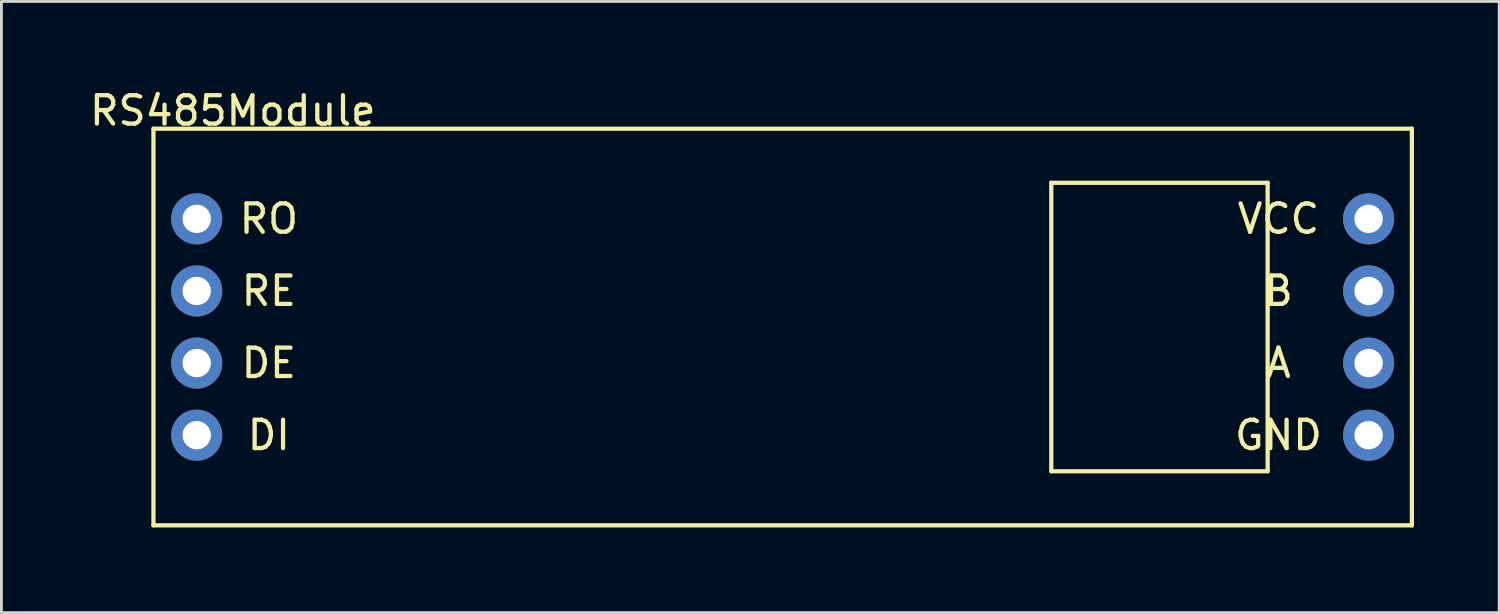
<source format=kicad_pcb>
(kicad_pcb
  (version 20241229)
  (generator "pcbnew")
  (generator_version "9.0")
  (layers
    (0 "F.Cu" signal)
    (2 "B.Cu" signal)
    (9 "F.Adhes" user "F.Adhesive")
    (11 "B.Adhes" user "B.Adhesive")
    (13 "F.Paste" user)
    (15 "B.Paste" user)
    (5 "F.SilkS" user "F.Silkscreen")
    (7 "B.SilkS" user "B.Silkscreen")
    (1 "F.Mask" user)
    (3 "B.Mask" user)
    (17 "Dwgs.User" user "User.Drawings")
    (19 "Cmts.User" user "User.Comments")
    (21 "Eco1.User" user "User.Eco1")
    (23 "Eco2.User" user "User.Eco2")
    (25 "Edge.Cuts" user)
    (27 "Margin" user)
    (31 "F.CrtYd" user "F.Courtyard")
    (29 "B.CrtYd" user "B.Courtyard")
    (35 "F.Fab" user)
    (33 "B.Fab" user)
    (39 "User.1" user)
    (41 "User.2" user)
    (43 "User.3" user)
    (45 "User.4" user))
  (footprint "RS485Module"
    (layer "F.Cu")
    (at 3.879 4.658)
    (property "Reference" "RS485Module" (at 1.27 -3.81 0) (layer "F.SilkS") (effects (font (size 1 1) (thickness 0.15))))
    (attr through_hole)
    (fp_line (start -1.524 -3.175) (end 42.799 -3.175) (stroke (width 0.15) (type solid)) (layer "F.SilkS"))
    (fp_line (start -1.524 10.795) (end -1.524 -3.175) (stroke (width 0.15) (type solid)) (layer "F.SilkS"))
    (fp_line (start 30.099 -1.27) (end 37.719 -1.27) (stroke (width 0.15) (type solid)) (layer "F.SilkS"))
    (fp_line (start 30.099 8.89) (end 30.099 -1.27) (stroke (width 0.15) (type solid)) (layer "F.SilkS"))
    (fp_line (start 37.719 -1.27) (end 37.719 8.89) (stroke (width 0.15) (type solid)) (layer "F.SilkS"))
    (fp_line (start 37.719 8.89) (end 30.099 8.89) (stroke (width 0.15) (type solid)) (layer "F.SilkS"))
    (fp_line (start 42.799 -3.175) (end 42.799 10.795) (stroke (width 0.15) (type solid)) (layer "F.SilkS"))
    (fp_line (start 42.799 10.795) (end -1.524 10.795) (stroke (width 0.15) (type solid)) (layer "F.SilkS"))
    (fp_text user "DI" (at 2.54 7.62 0) (layer "F.SilkS") (effects (font (size 1 1) (thickness 0.15))))
    (fp_text user "GND" (at 38.1 7.62 0) (layer "F.SilkS") (effects (font (size 1 1) (thickness 0.15))))
    (fp_text user "RO" (at 2.54 0 0) (layer "F.SilkS") (effects (font (size 1 1) (thickness 0.15))))
    (fp_text user "RE" (at 2.54 2.54 0) (layer "F.SilkS") (effects (font (size 1 1) (thickness 0.15))))
    (fp_text user "B" (at 38.1 2.54 0) (layer "F.SilkS") (effects (font (size 1 1) (thickness 0.15))))
    (fp_text user "A" (at 38.1 5.08 0) (layer "F.SilkS") (effects (font (size 1 1) (thickness 0.15))))
    (fp_text user "VCC" (at 38.1 0 0) (layer "F.SilkS") (effects (font (size 1 1) (thickness 0.15))))
    (fp_text user "DE" (at 2.54 5.08 0) (layer "F.SilkS") (effects (font (size 1 1) (thickness 0.15))))
    (pad "A" thru_hole circle (at 41.275 5.08) (size 1.8 1.8) (drill 1) (layers "*.Cu" "*.Mask"))
    (pad "B" thru_hole circle (at 41.275 2.54) (size 1.8 1.8) (drill 1) (layers "*.Cu" "*.Mask"))
    (pad "DE" thru_hole circle (at 0 5.08) (size 1.8 1.8) (drill 1) (layers "*.Cu" "*.Mask"))
    (pad "DI" thru_hole circle (at 0 7.62) (size 1.8 1.8) (drill 1) (layers "*.Cu" "*.Mask"))
    (pad "GND" thru_hole circle (at 41.275 7.62) (size 1.8 1.8) (drill 1) (layers "*.Cu" "*.Mask"))
    (pad "RE" thru_hole circle (at 0 2.54) (size 1.8 1.8) (drill 1) (layers "*.Cu" "*.Mask"))
    (pad "RO" thru_hole circle (at 0 0) (size 1.8 1.8) (drill 1) (layers "*.Cu" "*.Mask"))
    (pad "VCC" thru_hole circle (at 41.275 0) (size 1.8 1.8) (drill 1) (layers "*.Cu" "*.Mask")))
  (gr_rect
    (start -3 -3)
    (end 49.753 18.528)
    (stroke (width 0.1) (type default))
    (fill no)
    (layer "Edge.Cuts")))
</source>
